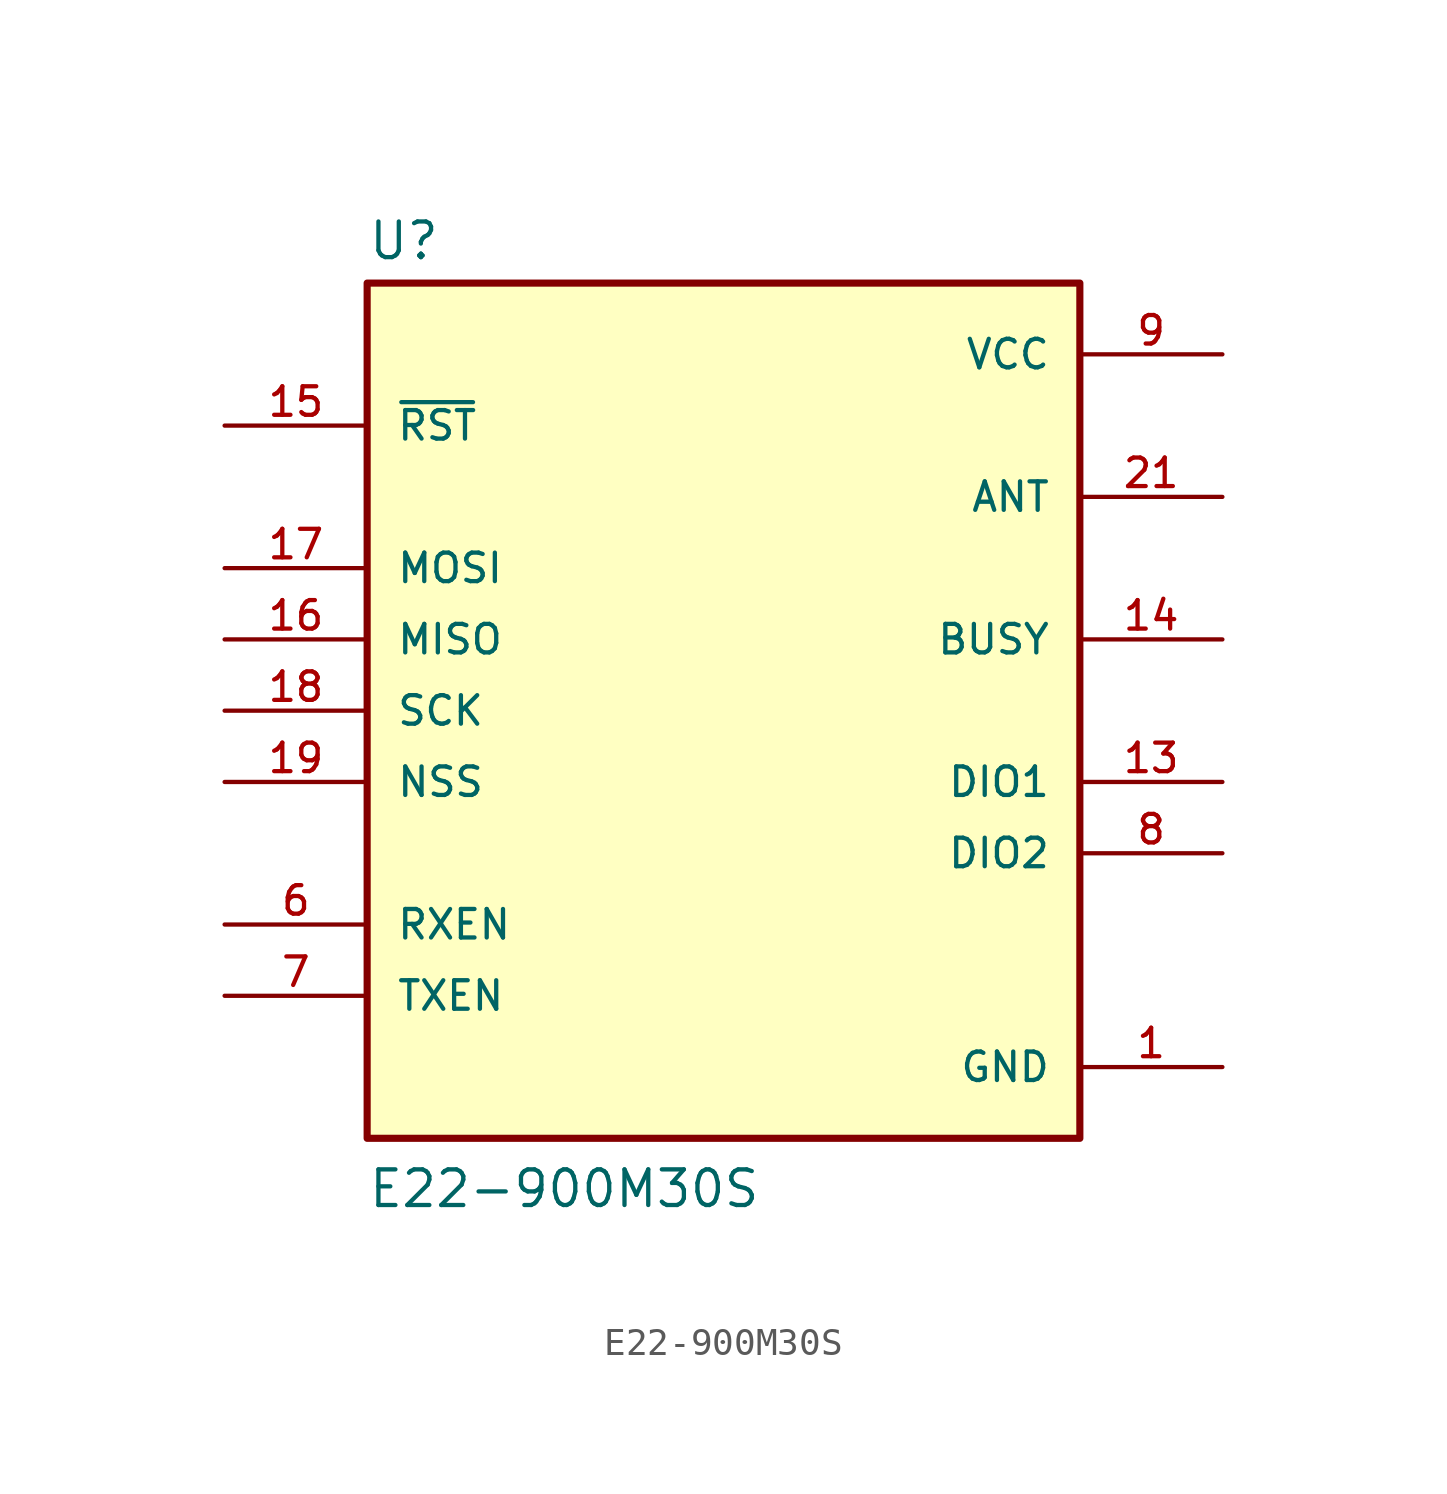
<source format=kicad_sym>
(kicad_symbol_lib
  (version 20211014)
  (generator kicad_symbol_editor)
  (symbol "E22-900M30S"
    (pin_names
      (offset 1.016))
    (property "Reference" "U"
      (at -12.7 16.002 0)
      (effects (font (size 1.27 1.27)) (justify bottom left)))
    (property "Value" "E22-900M30S"
      (at -12.7 -17.78 0)
      (effects (font (size 1.27 1.27)) (justify bottom left)))
    (symbol "E22-900M30S_0_0"
      (rectangle (start -12.7 -15.24) (end 12.7 15.24) (stroke (width 0.254)) (fill (type background)))
      (pin output line (at -17.78 2.54 0) (length 5.08) (name "MISO" (effects (font (size 1.016 1.016)))) (number "16" (effects (font (size 1.016 1.016)))))
      (pin input line (at -17.78 -7.62 0) (length 5.08) (name "RXEN" (effects (font (size 1.016 1.016)))) (number "6" (effects (font (size 1.016 1.016)))))
      (pin input line (at -17.78 -10.16 0) (length 5.08) (name "TXEN" (effects (font (size 1.016 1.016)))) (number "7" (effects (font (size 1.016 1.016)))))
      (pin bidirectional line (at 17.78 -2.54 180.0) (length 5.08) (name "DIO1" (effects (font (size 1.016 1.016)))) (number "13" (effects (font (size 1.016 1.016)))))
      (pin power_in line (at 17.78 12.7 180.0) (length 5.08) (name "VCC" (effects (font (size 1.016 1.016)))) (number "9" (effects (font (size 1.016 1.016)))))
      (pin power_in line (at 17.78 12.7 180.0) (length 5.08) hide (name "VCC" (effects (font (size 1.016 1.016)))) (number "10" (effects (font (size 1.016 1.016)))))
      (pin output line (at 17.78 2.54 180.0) (length 5.08) (name "BUSY" (effects (font (size 1.016 1.016)))) (number "14" (effects (font (size 1.016 1.016)))))
      (pin power_in line (at 17.78 -12.7 180.0) (length 5.08) (name "GND" (effects (font (size 1.016 1.016)))) (number "1" (effects (font (size 1.016 1.016)))))
      (pin power_in line (at 17.78 -12.7 180.0) (length 5.08) hide (name "GND" (effects (font (size 1.016 1.016)))) (number "2" (effects (font (size 1.016 1.016)))))
      (pin power_in line (at 17.78 -12.7 180.0) (length 5.08) hide (name "GND" (effects (font (size 1.016 1.016)))) (number "3" (effects (font (size 1.016 1.016)))))
      (pin power_in line (at 17.78 -12.7 180.0) (length 5.08) hide (name "GND" (effects (font (size 1.016 1.016)))) (number "4" (effects (font (size 1.016 1.016)))))
      (pin power_in line (at 17.78 -12.7 180.0) (length 5.08) hide (name "GND" (effects (font (size 1.016 1.016)))) (number "5" (effects (font (size 1.016 1.016)))))
      (pin power_in line (at 17.78 -12.7 180.0) (length 5.08) hide (name "GND" (effects (font (size 1.016 1.016)))) (number "11" (effects (font (size 1.016 1.016)))))
      (pin power_in line (at 17.78 -12.7 180.0) (length 5.08) hide (name "GND" (effects (font (size 1.016 1.016)))) (number "12" (effects (font (size 1.016 1.016)))))
      (pin power_in line (at 17.78 -12.7 180.0) (length 5.08) hide (name "GND" (effects (font (size 1.016 1.016)))) (number "20" (effects (font (size 1.016 1.016)))))
      (pin power_in line (at 17.78 -12.7 180.0) (length 5.08) hide (name "GND" (effects (font (size 1.016 1.016)))) (number "22" (effects (font (size 1.016 1.016)))))
      (pin input line (at -17.78 5.08 0) (length 5.08) (name "MOSI" (effects (font (size 1.016 1.016)))) (number "17" (effects (font (size 1.016 1.016)))))
      (pin bidirectional line (at 17.78 -5.08 180.0) (length 5.08) (name "DIO2" (effects (font (size 1.016 1.016)))) (number "8" (effects (font (size 1.016 1.016)))))
      (pin input line (at -17.78 10.16 0) (length 5.08) (name "~{RST}" (effects (font (size 1.016 1.016)))) (number "15" (effects (font (size 1.016 1.016)))))
      (pin input line (at -17.78 0.0 0) (length 5.08) (name "SCK" (effects (font (size 1.016 1.016)))) (number "18" (effects (font (size 1.016 1.016)))))
      (pin input line (at -17.78 -2.54 0) (length 5.08) (name "NSS" (effects (font (size 1.016 1.016)))) (number "19" (effects (font (size 1.016 1.016)))))
      (pin output line (at 17.78 7.62 180.0) (length 5.08) (name "ANT" (effects (font (size 1.016 1.016)))) (number "21" (effects (font (size 1.016 1.016))))))))
</source>
